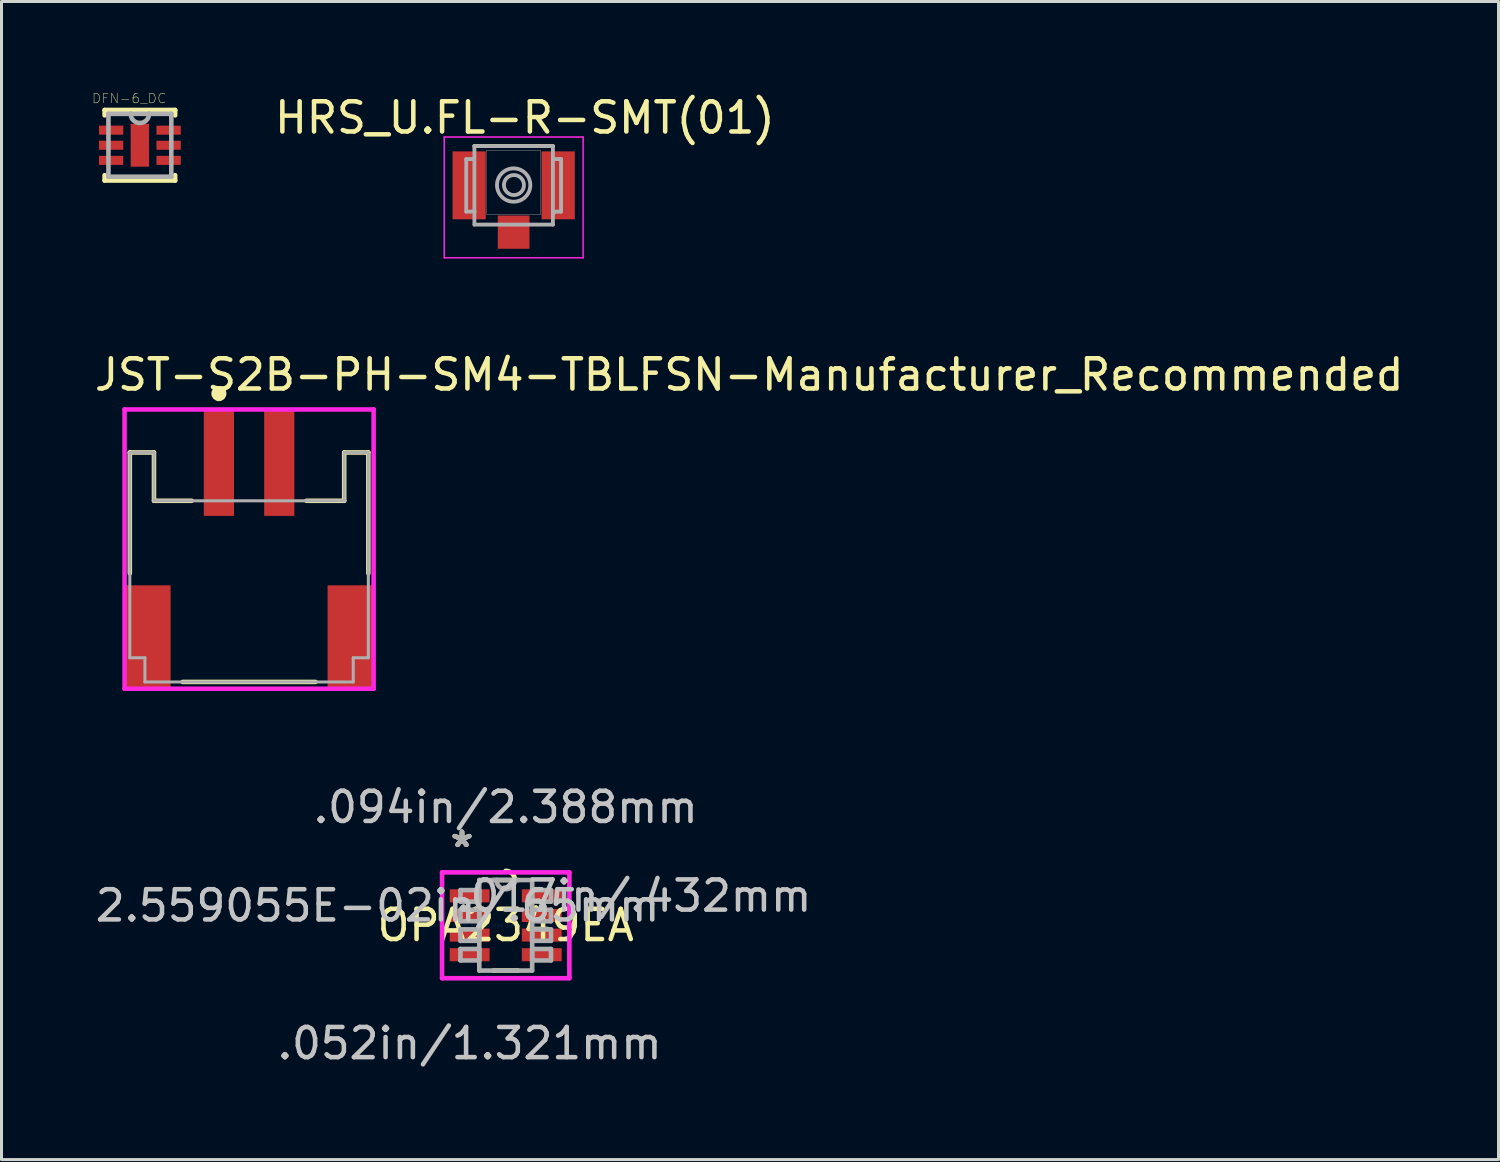
<source format=kicad_pcb>
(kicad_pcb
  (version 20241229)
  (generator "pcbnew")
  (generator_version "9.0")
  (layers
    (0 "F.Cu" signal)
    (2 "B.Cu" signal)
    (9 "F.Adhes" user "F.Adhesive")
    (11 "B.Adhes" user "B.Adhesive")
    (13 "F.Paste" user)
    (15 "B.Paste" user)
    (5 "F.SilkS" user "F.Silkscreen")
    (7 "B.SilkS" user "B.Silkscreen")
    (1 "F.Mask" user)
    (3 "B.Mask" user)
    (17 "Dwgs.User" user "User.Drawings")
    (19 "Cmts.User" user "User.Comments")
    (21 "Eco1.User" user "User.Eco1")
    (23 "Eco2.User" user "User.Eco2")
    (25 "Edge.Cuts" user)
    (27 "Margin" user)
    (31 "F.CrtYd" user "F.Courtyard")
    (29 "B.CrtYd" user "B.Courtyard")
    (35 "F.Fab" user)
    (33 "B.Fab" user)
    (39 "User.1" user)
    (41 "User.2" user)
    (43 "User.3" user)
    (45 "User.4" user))
  (footprint "HRS_U.FL-R-SMT(01)"
    (layer "F.Cu")
    (at 13.963 3.089)
    (property "Reference" "HRS_U.FL-R-SMT(01)" (at 0.371 -2.24 0) (layer "F.SilkS") (effects (font (size 1.001 1.001) (thickness 0.15))))
    (attr through_hole)
    (fp_line (start 1.3 -1.3) (end -1.3 -1.3) (stroke (width 0.127) (type solid)) (layer "F.SilkS"))
    (fp_poly (pts (xy -0.903 -1.15) (xy 0.9 -1.15) (xy 0.9 0.963) (xy -0.903 0.963)) (stroke (width 0.01) (type solid)) (fill no) (layer "Dwgs.User"))
    (fp_line (start -2.3 -1.6) (end -2.3 2.4) (stroke (width 0.05) (type solid)) (layer "F.CrtYd"))
    (fp_line (start -2.3 2.4) (end 2.3 2.4) (stroke (width 0.05) (type solid)) (layer "F.CrtYd"))
    (fp_line (start 2.3 -1.6) (end -2.3 -1.6) (stroke (width 0.05) (type solid)) (layer "F.CrtYd"))
    (fp_line (start 2.3 2.4) (end 2.3 -1.6) (stroke (width 0.05) (type solid)) (layer "F.CrtYd"))
    (fp_line (start -1.57 -0.87) (end -1.57 0.87) (stroke (width 0.127) (type solid)) (layer "F.Fab"))
    (fp_line (start -1.57 -0.87) (end -1.33 -0.87) (stroke (width 0.127) (type solid)) (layer "F.Fab"))
    (fp_line (start -1.57 0.87) (end -1.3 0.87) (stroke (width 0.127) (type solid)) (layer "F.Fab"))
    (fp_line (start -1.33 -0.87) (end -1.33 -0.88) (stroke (width 0.127) (type solid)) (layer "F.Fab"))
    (fp_line (start -1.3 -1.3) (end 1.3 -1.3) (stroke (width 0.127) (type solid)) (layer "F.Fab"))
    (fp_line (start -1.3 0.87) (end -1.3 -1.3) (stroke (width 0.127) (type solid)) (layer "F.Fab"))
    (fp_line (start -1.3 1.3) (end -1.3 0.87) (stroke (width 0.127) (type solid)) (layer "F.Fab"))
    (fp_line (start -1.3 1.3) (end 1.3 1.3) (stroke (width 0.127) (type solid)) (layer "F.Fab"))
    (fp_line (start 1.3 -1.3) (end 1.3 1.3) (stroke (width 0.127) (type solid)) (layer "F.Fab"))
    (fp_line (start 1.34 0.9) (end 1.34 0.91) (stroke (width 0.127) (type solid)) (layer "F.Fab"))
    (fp_line (start 1.38 -0.87) (end 1.57 -0.87) (stroke (width 0.127) (type solid)) (layer "F.Fab"))
    (fp_line (start 1.57 -0.87) (end 1.57 0.87) (stroke (width 0.127) (type solid)) (layer "F.Fab"))
    (fp_line (start 1.57 0.87) (end 1.34 0.87) (stroke (width 0.127) (type solid)) (layer "F.Fab"))
    (fp_circle (center 0 -0.01) (end 0.552 -0.01) (stroke (width 0.127) (type solid)) (fill no) (layer "F.Fab"))
    (fp_circle (center 0.01 -0.01) (end 0.342 -0.01) (stroke (width 0.127) (type solid)) (fill no) (layer "F.Fab"))
    (pad "1" smd rect (at -1.475 0) (size 1.1 2.25) (layers "F.Cu" "F.Mask" "F.Paste"))
    (pad "2" smd rect (at 1.475 0) (size 1.1 2.25) (layers "F.Cu" "F.Mask" "F.Paste"))
    (pad "3" smd rect (at 0 1.55) (size 1.05 1.1) (layers "F.Cu" "F.Mask" "F.Paste")))
  (footprint "DFN-6_DC"
    (layer "F.Cu")
    (at 1.583 1.761)
    (property "Reference" "DFN-6_DC" (at -0.355 -1.55 0) (layer "F.SilkS") (effects (font (size 0.315 0.315) (thickness 0.015))))
    (attr through_hole)
    (fp_line (start -1.168 -1.168) (end -1.168 -0.991) (stroke (width 0.152) (type solid)) (layer "F.SilkS"))
    (fp_line (start -1.168 0.991) (end -1.168 1.168) (stroke (width 0.152) (type solid)) (layer "F.SilkS"))
    (fp_line (start -1.168 1.168) (end 1.168 1.168) (stroke (width 0.152) (type solid)) (layer "F.SilkS"))
    (fp_line (start 1.168 -1.168) (end -1.168 -1.168) (stroke (width 0.152) (type solid)) (layer "F.SilkS"))
    (fp_line (start 1.168 -0.991) (end 1.168 -1.168) (stroke (width 0.152) (type solid)) (layer "F.SilkS"))
    (fp_line (start 1.168 1.168) (end 1.168 0.991) (stroke (width 0.152) (type solid)) (layer "F.SilkS"))
    (fp_poly (pts (xy -0.305 -0.71) (xy -0.305 0.71) (xy 0.305 0.71) (xy 0.305 -0.71)) (stroke (width 0.025) (type solid)) (fill yes) (layer "F.Paste"))
    (fp_line (start -1.041 -1.041) (end -1.041 1.041) (stroke (width 0.152) (type solid)) (layer "F.Fab"))
    (fp_line (start -1.041 1.041) (end 1.041 1.041) (stroke (width 0.152) (type solid)) (layer "F.Fab"))
    (fp_line (start -0.305 -1.041) (end -1.041 -1.041) (stroke (width 0.152) (type solid)) (layer "F.Fab"))
    (fp_line (start 0.305 -1.041) (end -0.305 -1.041) (stroke (width 0.152) (type solid)) (layer "F.Fab"))
    (fp_line (start 1.041 -1.041) (end 0.305 -1.041) (stroke (width 0.152) (type solid)) (layer "F.Fab"))
    (fp_line (start 1.041 1.041) (end 1.041 -1.041) (stroke (width 0.152) (type solid)) (layer "F.Fab"))
    (fp_arc (start 0.3048 -1.0414) (mid 0 -0.7366) (end -0.3048 -1.0414) (stroke (width 0.1524) (type solid)) (layer "F.Fab"))
    (pad "1" smd rect (at -0.952 -0.5) (size 0.805 0.3) (layers "F.Cu" "F.Mask" "F.Paste"))
    (pad "2" smd rect (at -0.952 0) (size 0.805 0.3) (layers "F.Cu" "F.Mask" "F.Paste"))
    (pad "3" smd rect (at -0.952 0.5) (size 0.805 0.3) (layers "F.Cu" "F.Mask" "F.Paste"))
    (pad "4" smd rect (at 0.952 0.5) (size 0.805 0.3) (layers "F.Cu" "F.Mask" "F.Paste"))
    (pad "5" smd rect (at 0.952 0) (size 0.805 0.3) (layers "F.Cu" "F.Mask" "F.Paste"))
    (pad "6" smd rect (at 0.952 -0.5) (size 0.805 0.3) (layers "F.Cu" "F.Mask" "F.Paste"))
    (pad "7" smd rect (at 0 0) (size 0.61 1.42) (layers "F.Cu" "F.Mask")))
  (footprint "JST-S2B-PH-SM4-TBLFSN-Manufacturer_Recommended"
    (layer "F.Cu")
    (at 5.2 15.737)
    (property "Reference" "JST-S2B-PH-SM4-TBLFSN-Manufacturer_Recommended" (at -5.2 -6.375 0) (layer "F.SilkS") (effects (font (size 1 1) (thickness 0.15)) (justify left)))
    (attr through_hole)
    (fp_line (start -3.95 -3.8) (end -3.15 -3.8) (stroke (width 0.15) (type solid)) (layer "F.SilkS"))
    (fp_line (start -3.95 0.2) (end -3.95 -3.8) (stroke (width 0.15) (type solid)) (layer "F.SilkS"))
    (fp_line (start -3.15 -2.2) (end -3.15 -3.8) (stroke (width 0.15) (type solid)) (layer "F.SilkS"))
    (fp_line (start -3.15 -2.2) (end -1.9 -2.2) (stroke (width 0.15) (type solid)) (layer "F.SilkS"))
    (fp_line (start -2.2 3.8) (end 2.2 3.8) (stroke (width 0.15) (type solid)) (layer "F.SilkS"))
    (fp_line (start 1.9 -2.2) (end 3.15 -2.2) (stroke (width 0.15) (type solid)) (layer "F.SilkS"))
    (fp_line (start 3.15 -3.8) (end 3.95 -3.8) (stroke (width 0.15) (type solid)) (layer "F.SilkS"))
    (fp_line (start 3.15 -2.2) (end 3.15 -3.8) (stroke (width 0.15) (type solid)) (layer "F.SilkS"))
    (fp_line (start 3.95 0.2) (end 3.95 -3.8) (stroke (width 0.15) (type solid)) (layer "F.SilkS"))
    (fp_circle (center -1 -5.75) (end -0.875 -5.75) (stroke (width 0.25) (type solid)) (fill no) (layer "F.SilkS"))
    (fp_line (start -4.125 -5.225) (end -4.125 4.025) (stroke (width 0.15) (type solid)) (layer "F.CrtYd"))
    (fp_line (start -4.125 4.025) (end 4.125 4.025) (stroke (width 0.15) (type solid)) (layer "F.CrtYd"))
    (fp_line (start 4.125 -5.225) (end -4.125 -5.225) (stroke (width 0.15) (type solid)) (layer "F.CrtYd"))
    (fp_line (start 4.125 -5.225) (end 4.125 -5.225) (stroke (width 0.15) (type solid)) (layer "F.CrtYd"))
    (fp_line (start 4.125 4.025) (end 4.125 -5.225) (stroke (width 0.15) (type solid)) (layer "F.CrtYd"))
    (fp_line (start -3.95 -3.8) (end -3.15 -3.8) (stroke (width 0.1) (type solid)) (layer "F.Fab"))
    (fp_line (start -3.95 3) (end -3.95 -3.8) (stroke (width 0.1) (type solid)) (layer "F.Fab"))
    (fp_line (start -3.95 3) (end -3.45 3) (stroke (width 0.1) (type solid)) (layer "F.Fab"))
    (fp_line (start -3.45 3.8) (end 3.45 3.8) (stroke (width 0.1) (type solid)) (layer "F.Fab"))
    (fp_line (start -3.45 3.8) (end -3.45 3) (stroke (width 0.1) (type solid)) (layer "F.Fab"))
    (fp_line (start -3.15 -2.2) (end 3.15 -2.2) (stroke (width 0.1) (type solid)) (layer "F.Fab"))
    (fp_line (start -3.15 -2.2) (end -3.15 -3.8) (stroke (width 0.1) (type solid)) (layer "F.Fab"))
    (fp_line (start 3.15 -3.8) (end 3.95 -3.8) (stroke (width 0.1) (type solid)) (layer "F.Fab"))
    (fp_line (start 3.15 -2.2) (end 3.15 -3.8) (stroke (width 0.1) (type solid)) (layer "F.Fab"))
    (fp_line (start 3.45 3) (end 3.95 3) (stroke (width 0.1) (type solid)) (layer "F.Fab"))
    (fp_line (start 3.45 3.8) (end 3.45 3) (stroke (width 0.1) (type solid)) (layer "F.Fab"))
    (fp_line (start 3.95 3) (end 3.95 -3.8) (stroke (width 0.1) (type solid)) (layer "F.Fab"))
    (pad "1" smd rect (at -1 -3.45) (size 1 3.5) (layers "F.Cu" "F.Mask" "F.Paste"))
    (pad "2" smd rect (at 1 -3.45) (size 1 3.5) (layers "F.Cu" "F.Mask" "F.Paste"))
    (pad "MP1" smd rect (at -3.35 2.3) (size 1.5 3.4) (layers "F.Cu" "F.Mask" "F.Paste"))
    (pad "MP2" smd rect (at 3.35 2.3) (size 1.5 3.4) (layers "F.Cu" "F.Mask" "F.Paste")))
  (footprint "OPA2349EA"
    (layer "F.Cu")
    (at 13.7 27.597)
    (property "Reference" "OPA2349EA" (at 0 0 0) (layer "F.SilkS") (effects (font (size 1 1) (thickness 0.15))))
    (attr through_hole)
    (fp_line (start -0.407 1.499) (end 0.407 1.499) (stroke (width 0.152) (type solid)) (layer "F.SilkS"))
    (fp_line (start 0.407 -1.499) (end -0.407 -1.499) (stroke (width 0.152) (type solid)) (layer "F.SilkS"))
    (fp_arc (start 0 -1.8034) (mid 0.212962 -1.71666) (end 0.304715 -1.505809) (stroke (width 0.1524) (type solid)) (layer "F.SilkS"))
    (fp_line (start -2.108 -1.753) (end 2.108 -1.753) (stroke (width 0.152) (type solid)) (layer "F.CrtYd"))
    (fp_line (start -2.108 1.753) (end -2.108 -1.753) (stroke (width 0.152) (type solid)) (layer "F.CrtYd"))
    (fp_line (start 2.108 -1.753) (end 2.108 1.753) (stroke (width 0.152) (type solid)) (layer "F.CrtYd"))
    (fp_line (start 2.108 1.753) (end -2.108 1.753) (stroke (width 0.152) (type solid)) (layer "F.CrtYd"))
    (fp_line (start -1.499 -1.165) (end -1.499 -0.784) (stroke (width 0.152) (type solid)) (layer "F.Fab"))
    (fp_line (start -1.499 -0.784) (end -0.876 -0.784) (stroke (width 0.152) (type solid)) (layer "F.Fab"))
    (fp_line (start -1.499 -0.515) (end -1.499 -0.135) (stroke (width 0.152) (type solid)) (layer "F.Fab"))
    (fp_line (start -1.499 -0.135) (end -0.876 -0.135) (stroke (width 0.152) (type solid)) (layer "F.Fab"))
    (fp_line (start -1.499 0.135) (end -1.499 0.515) (stroke (width 0.152) (type solid)) (layer "F.Fab"))
    (fp_line (start -1.499 0.515) (end -0.876 0.515) (stroke (width 0.152) (type solid)) (layer "F.Fab"))
    (fp_line (start -1.499 0.784) (end -1.499 1.165) (stroke (width 0.152) (type solid)) (layer "F.Fab"))
    (fp_line (start -1.499 1.165) (end -0.876 1.165) (stroke (width 0.152) (type solid)) (layer "F.Fab"))
    (fp_line (start -0.876 -1.499) (end -0.876 1.499) (stroke (width 0.152) (type solid)) (layer "F.Fab"))
    (fp_line (start -0.876 -1.165) (end -1.499 -1.165) (stroke (width 0.152) (type solid)) (layer "F.Fab"))
    (fp_line (start -0.876 -0.784) (end -0.876 -1.165) (stroke (width 0.152) (type solid)) (layer "F.Fab"))
    (fp_line (start -0.876 -0.515) (end -1.499 -0.515) (stroke (width 0.152) (type solid)) (layer "F.Fab"))
    (fp_line (start -0.876 -0.135) (end -0.876 -0.515) (stroke (width 0.152) (type solid)) (layer "F.Fab"))
    (fp_line (start -0.876 0.135) (end -1.499 0.135) (stroke (width 0.152) (type solid)) (layer "F.Fab"))
    (fp_line (start -0.876 0.515) (end -0.876 0.135) (stroke (width 0.152) (type solid)) (layer "F.Fab"))
    (fp_line (start -0.876 0.784) (end -1.499 0.784) (stroke (width 0.152) (type solid)) (layer "F.Fab"))
    (fp_line (start -0.876 1.165) (end -0.876 0.784) (stroke (width 0.152) (type solid)) (layer "F.Fab"))
    (fp_line (start -0.876 1.499) (end 0.876 1.499) (stroke (width 0.152) (type solid)) (layer "F.Fab"))
    (fp_line (start 0.876 -1.499) (end -0.876 -1.499) (stroke (width 0.152) (type solid)) (layer "F.Fab"))
    (fp_line (start 0.876 -1.165) (end 0.876 -0.784) (stroke (width 0.152) (type solid)) (layer "F.Fab"))
    (fp_line (start 0.876 -0.784) (end 1.499 -0.784) (stroke (width 0.152) (type solid)) (layer "F.Fab"))
    (fp_line (start 0.876 -0.515) (end 0.876 -0.135) (stroke (width 0.152) (type solid)) (layer "F.Fab"))
    (fp_line (start 0.876 -0.135) (end 1.499 -0.135) (stroke (width 0.152) (type solid)) (layer "F.Fab"))
    (fp_line (start 0.876 0.135) (end 0.876 0.515) (stroke (width 0.152) (type solid)) (layer "F.Fab"))
    (fp_line (start 0.876 0.515) (end 1.499 0.515) (stroke (width 0.152) (type solid)) (layer "F.Fab"))
    (fp_line (start 0.876 0.784) (end 0.876 1.165) (stroke (width 0.152) (type solid)) (layer "F.Fab"))
    (fp_line (start 0.876 1.165) (end 1.499 1.165) (stroke (width 0.152) (type solid)) (layer "F.Fab"))
    (fp_line (start 0.876 1.499) (end 0.876 -1.499) (stroke (width 0.152) (type solid)) (layer "F.Fab"))
    (fp_line (start 1.499 -1.165) (end 0.876 -1.165) (stroke (width 0.152) (type solid)) (layer "F.Fab"))
    (fp_line (start 1.499 -0.784) (end 1.499 -1.165) (stroke (width 0.152) (type solid)) (layer "F.Fab"))
    (fp_line (start 1.499 -0.515) (end 0.876 -0.515) (stroke (width 0.152) (type solid)) (layer "F.Fab"))
    (fp_line (start 1.499 -0.135) (end 1.499 -0.515) (stroke (width 0.152) (type solid)) (layer "F.Fab"))
    (fp_line (start 1.499 0.135) (end 0.876 0.135) (stroke (width 0.152) (type solid)) (layer "F.Fab"))
    (fp_line (start 1.499 0.515) (end 1.499 0.135) (stroke (width 0.152) (type solid)) (layer "F.Fab"))
    (fp_line (start 1.499 0.784) (end 0.876 0.784) (stroke (width 0.152) (type solid)) (layer "F.Fab"))
    (fp_line (start 1.499 1.165) (end 1.499 0.784) (stroke (width 0.152) (type solid)) (layer "F.Fab"))
    (fp_arc (start 0.3048 -1.4986) (mid 0 -1.1938) (end -0.3048 -1.4986) (stroke (width 0.1524) (type solid)) (layer "F.Fab"))
    (fp_text user "*" (at -1.448 -2.55 0) (layer "F.SilkS") (effects (font (size 1 1) (thickness 0.15))))
    (fp_text user "*" (at -1.448 -2.55 0) (layer "F.SilkS") (effects (font (size 1 1) (thickness 0.15))))
    (fp_text user ".094in/2.388mm" (at 0 -3.912 0) (layer "Dwgs.User") (effects (font (size 1 1) (thickness 0.15))))
    (fp_text user ".017in/.432mm" (at 4.242 -0.975 0) (layer "Dwgs.User") (effects (font (size 1 1) (thickness 0.15))))
    (fp_text user ".052in/1.321mm" (at -1.194 3.912 0) (layer "Dwgs.User") (effects (font (size 1 1) (thickness 0.15))))
    (fp_text user "2.559055E-02in/.65mm" (at -4.242 -0.65 0) (layer "Dwgs.User") (effects (font (size 1 1) (thickness 0.15))))
    (fp_text user "Copyright 2016 Accelerated Designs. All rights reserved." (at 0 0 0) (layer "Cmts.User") (effects (font (size 0.127 0.127) (thickness 0.002))))
    (fp_text user "*" (at -1.448 -2.55 0) (layer "F.Fab") (effects (font (size 1 1) (thickness 0.15))))
    (fp_text user "*" (at -1.448 -2.55 0) (layer "F.Fab") (effects (font (size 1 1) (thickness 0.15))))
    (pad "1" smd rect (at -1.194 -0.975) (size 1.321 0.432) (layers "F.Cu" "F.Mask" "F.Paste"))
    (pad "2" smd rect (at -1.194 -0.325) (size 1.321 0.432) (layers "F.Cu" "F.Mask" "F.Paste"))
    (pad "3" smd rect (at -1.194 0.325) (size 1.321 0.432) (layers "F.Cu" "F.Mask" "F.Paste"))
    (pad "4" smd rect (at -1.194 0.975) (size 1.321 0.432) (layers "F.Cu" "F.Mask" "F.Paste"))
    (pad "5" smd rect (at 1.194 0.975) (size 1.321 0.432) (layers "F.Cu" "F.Mask" "F.Paste"))
    (pad "6" smd rect (at 1.194 0.325) (size 1.321 0.432) (layers "F.Cu" "F.Mask" "F.Paste"))
    (pad "7" smd rect (at 1.194 -0.325) (size 1.321 0.432) (layers "F.Cu" "F.Mask" "F.Paste"))
    (pad "8" smd rect (at 1.194 -0.975) (size 1.321 0.432) (layers "F.Cu" "F.Mask" "F.Paste")))
  (gr_rect
    (start -3 -3)
    (end 46.583 35.357)
    (stroke (width 0.1) (type default))
    (fill no)
    (layer "Edge.Cuts")))
</source>
